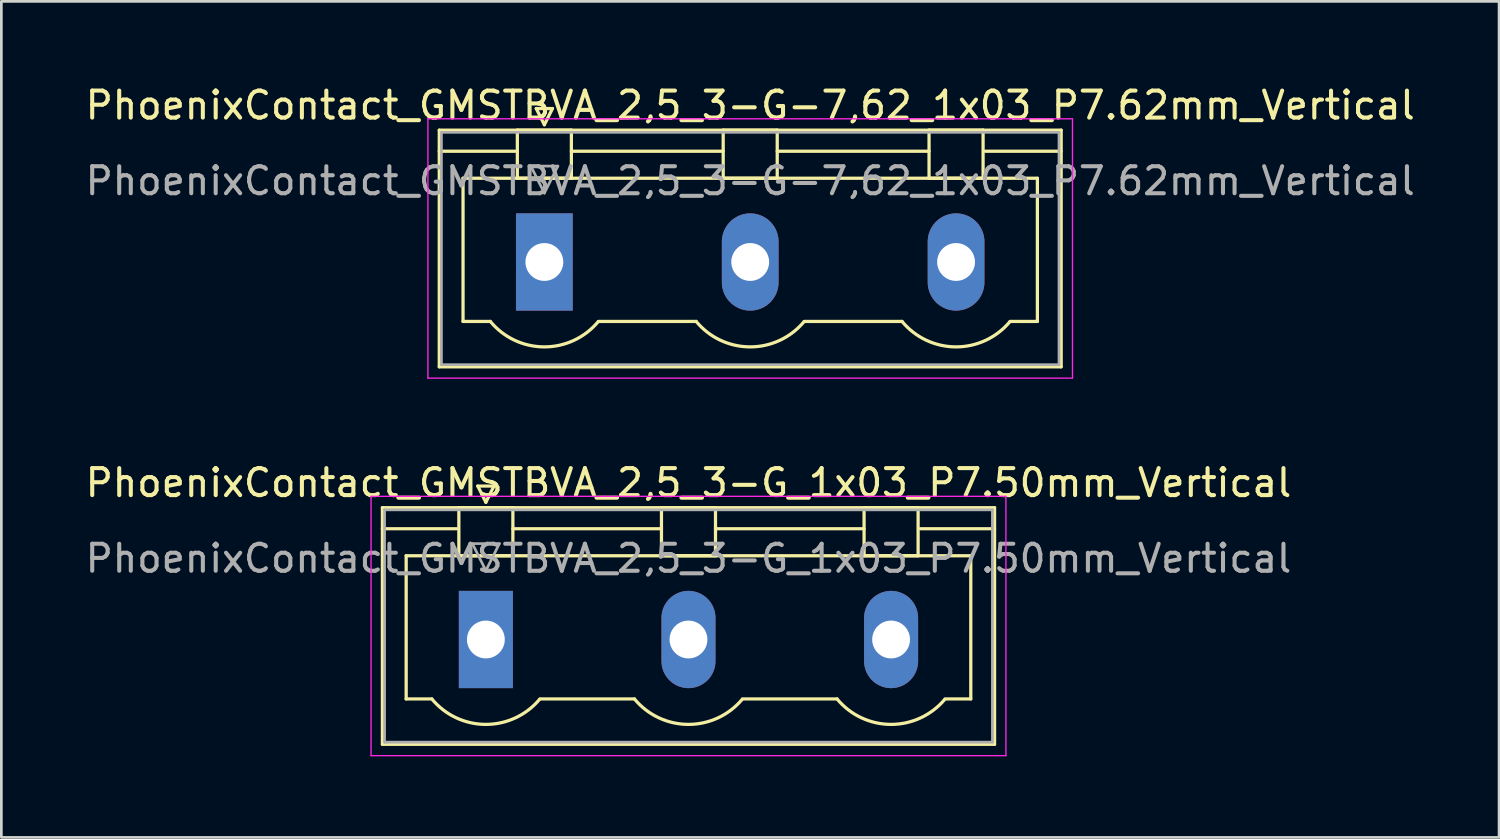
<source format=kicad_pcb>
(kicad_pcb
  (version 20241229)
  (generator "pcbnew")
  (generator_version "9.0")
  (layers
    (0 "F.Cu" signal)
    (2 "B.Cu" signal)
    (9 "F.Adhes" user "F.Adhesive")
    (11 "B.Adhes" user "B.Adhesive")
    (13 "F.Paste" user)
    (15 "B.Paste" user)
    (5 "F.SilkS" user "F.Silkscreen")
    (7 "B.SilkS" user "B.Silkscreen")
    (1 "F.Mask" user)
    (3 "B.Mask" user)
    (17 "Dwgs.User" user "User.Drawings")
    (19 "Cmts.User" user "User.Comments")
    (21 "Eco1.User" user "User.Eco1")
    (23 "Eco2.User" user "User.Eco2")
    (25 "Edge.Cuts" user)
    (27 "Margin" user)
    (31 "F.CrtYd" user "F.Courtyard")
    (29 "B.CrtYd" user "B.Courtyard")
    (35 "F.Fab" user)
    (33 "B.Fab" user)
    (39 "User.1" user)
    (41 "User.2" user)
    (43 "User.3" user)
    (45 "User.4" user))
  (footprint "PhoenixContact_GMSTBVA_2,5_3-G_1x03_P7.50mm_Vertical"
    (layer "F.Cu")
    (at 14.935 20.622)
    (property "Reference" "PhoenixContact_GMSTBVA_2,5_3-G_1x03_P7.50mm_Vertical" (at 7.5 -5.8 0) (layer "F.SilkS") (effects (font (size 1 1) (thickness 0.15))))
    (attr through_hole)
    (fp_line (start -3.83 -4.88) (end -3.83 3.88) (stroke (width 0.12) (type solid)) (layer "F.SilkS"))
    (fp_line (start -3.83 -4.1) (end -1.08 -4.1) (stroke (width 0.12) (type solid)) (layer "F.SilkS"))
    (fp_line (start -3.83 3.88) (end 18.83 3.88) (stroke (width 0.12) (type solid)) (layer "F.SilkS"))
    (fp_line (start -2.95 -3.1) (end 17.95 -3.1) (stroke (width 0.12) (type solid)) (layer "F.SilkS"))
    (fp_line (start -2.95 2.2) (end -2.95 -3.1) (stroke (width 0.12) (type solid)) (layer "F.SilkS"))
    (fp_line (start -2 2.2) (end -2.95 2.2) (stroke (width 0.12) (type solid)) (layer "F.SilkS"))
    (fp_line (start -1 -4.88) (end 1 -4.88) (stroke (width 0.12) (type solid)) (layer "F.SilkS"))
    (fp_line (start -1 -3.1) (end -1 -4.88) (stroke (width 0.12) (type solid)) (layer "F.SilkS"))
    (fp_line (start -0.3 -5.68) (end 0.3 -5.68) (stroke (width 0.12) (type solid)) (layer "F.SilkS"))
    (fp_line (start 0 -5.08) (end -0.3 -5.68) (stroke (width 0.12) (type solid)) (layer "F.SilkS"))
    (fp_line (start 0.3 -5.68) (end 0 -5.08) (stroke (width 0.12) (type solid)) (layer "F.SilkS"))
    (fp_line (start 1 -4.88) (end 1 -3.1) (stroke (width 0.12) (type solid)) (layer "F.SilkS"))
    (fp_line (start 1 -4.1) (end 6.5 -4.1) (stroke (width 0.12) (type solid)) (layer "F.SilkS"))
    (fp_line (start 1 -3.1) (end -1 -3.1) (stroke (width 0.12) (type solid)) (layer "F.SilkS"))
    (fp_line (start 2 2.2) (end 5.5 2.2) (stroke (width 0.12) (type solid)) (layer "F.SilkS"))
    (fp_line (start 6.5 -4.88) (end 8.5 -4.88) (stroke (width 0.12) (type solid)) (layer "F.SilkS"))
    (fp_line (start 6.5 -3.1) (end 6.5 -4.88) (stroke (width 0.12) (type solid)) (layer "F.SilkS"))
    (fp_line (start 8.5 -4.88) (end 8.5 -3.1) (stroke (width 0.12) (type solid)) (layer "F.SilkS"))
    (fp_line (start 8.5 -4.1) (end 14 -4.1) (stroke (width 0.12) (type solid)) (layer "F.SilkS"))
    (fp_line (start 8.5 -3.1) (end 6.5 -3.1) (stroke (width 0.12) (type solid)) (layer "F.SilkS"))
    (fp_line (start 9.5 2.2) (end 13 2.2) (stroke (width 0.12) (type solid)) (layer "F.SilkS"))
    (fp_line (start 14 -4.88) (end 16 -4.88) (stroke (width 0.12) (type solid)) (layer "F.SilkS"))
    (fp_line (start 14 -3.1) (end 14 -4.88) (stroke (width 0.12) (type solid)) (layer "F.SilkS"))
    (fp_line (start 16 -4.88) (end 16 -3.1) (stroke (width 0.12) (type solid)) (layer "F.SilkS"))
    (fp_line (start 16 -3.1) (end 14 -3.1) (stroke (width 0.12) (type solid)) (layer "F.SilkS"))
    (fp_line (start 17.95 -3.1) (end 17.95 2.2) (stroke (width 0.12) (type solid)) (layer "F.SilkS"))
    (fp_line (start 17.95 2.2) (end 17 2.2) (stroke (width 0.12) (type solid)) (layer "F.SilkS"))
    (fp_line (start 18.83 -4.88) (end -3.83 -4.88) (stroke (width 0.12) (type solid)) (layer "F.SilkS"))
    (fp_line (start 18.83 -4.1) (end 16.08 -4.1) (stroke (width 0.12) (type solid)) (layer "F.SilkS"))
    (fp_line (start 18.83 3.88) (end 18.83 -4.88) (stroke (width 0.12) (type solid)) (layer "F.SilkS"))
    (fp_arc (start 1.986842 2.215821) (mid -0.010289 3.142758) (end -2 2.2) (stroke (width 0.12) (type solid)) (layer "F.SilkS"))
    (fp_arc (start 9.486842 2.215821) (mid 7.489711 3.142758) (end 5.5 2.2) (stroke (width 0.12) (type solid)) (layer "F.SilkS"))
    (fp_arc (start 16.986842 2.215821) (mid 14.989711 3.142758) (end 13 2.2) (stroke (width 0.12) (type solid)) (layer "F.SilkS"))
    (fp_line (start -4.25 -5.3) (end -4.25 4.3) (stroke (width 0.05) (type solid)) (layer "F.CrtYd"))
    (fp_line (start -4.25 4.3) (end 19.25 4.3) (stroke (width 0.05) (type solid)) (layer "F.CrtYd"))
    (fp_line (start 19.25 -5.3) (end -4.25 -5.3) (stroke (width 0.05) (type solid)) (layer "F.CrtYd"))
    (fp_line (start 19.25 4.3) (end 19.25 -5.3) (stroke (width 0.05) (type solid)) (layer "F.CrtYd"))
    (fp_line (start -3.75 -4.8) (end -3.75 3.8) (stroke (width 0.1) (type solid)) (layer "F.Fab"))
    (fp_line (start -3.75 3.8) (end 18.75 3.8) (stroke (width 0.1) (type solid)) (layer "F.Fab"))
    (fp_line (start -0.5 -3.55) (end 0.5 -3.55) (stroke (width 0.1) (type solid)) (layer "F.Fab"))
    (fp_line (start 0 -2.55) (end -0.5 -3.55) (stroke (width 0.1) (type solid)) (layer "F.Fab"))
    (fp_line (start 0.5 -3.55) (end 0 -2.55) (stroke (width 0.1) (type solid)) (layer "F.Fab"))
    (fp_line (start 18.75 -4.8) (end -3.75 -4.8) (stroke (width 0.1) (type solid)) (layer "F.Fab"))
    (fp_line (start 18.75 3.8) (end 18.75 -4.8) (stroke (width 0.1) (type solid)) (layer "F.Fab"))
    (fp_text user "${REFERENCE}" (at 7.5 -3 0) (layer "F.Fab") (effects (font (size 1 1) (thickness 0.15))))
    (pad "1" thru_hole rect (at 0 0) (size 2 3.6) (drill 1.4) (layers "*.Cu" "*.Mask"))
    (pad "2" thru_hole oval (at 7.5 0) (size 2 3.6) (drill 1.4) (layers "*.Cu" "*.Mask"))
    (pad "3" thru_hole oval (at 15 0) (size 2 3.6) (drill 1.4) (layers "*.Cu" "*.Mask")))
  (footprint "PhoenixContact_GMSTBVA_2,5_3-G-7,62_1x03_P7.62mm_Vertical"
    (layer "F.Cu")
    (at 17.1 6.648)
    (property "Reference" "PhoenixContact_GMSTBVA_2,5_3-G-7,62_1x03_P7.62mm_Vertical" (at 7.62 -5.8 0) (layer "F.SilkS") (effects (font (size 1 1) (thickness 0.15))))
    (attr through_hole)
    (fp_line (start -3.89 -4.88) (end -3.89 3.88) (stroke (width 0.12) (type solid)) (layer "F.SilkS"))
    (fp_line (start -3.89 -4.1) (end -1.08 -4.1) (stroke (width 0.12) (type solid)) (layer "F.SilkS"))
    (fp_line (start -3.89 3.88) (end 19.13 3.88) (stroke (width 0.12) (type solid)) (layer "F.SilkS"))
    (fp_line (start -3.01 -3.1) (end 18.25 -3.1) (stroke (width 0.12) (type solid)) (layer "F.SilkS"))
    (fp_line (start -3.01 2.2) (end -3.01 -3.1) (stroke (width 0.12) (type solid)) (layer "F.SilkS"))
    (fp_line (start -2 2.2) (end -3.01 2.2) (stroke (width 0.12) (type solid)) (layer "F.SilkS"))
    (fp_line (start -1 -4.88) (end 1 -4.88) (stroke (width 0.12) (type solid)) (layer "F.SilkS"))
    (fp_line (start -1 -3.1) (end -1 -4.88) (stroke (width 0.12) (type solid)) (layer "F.SilkS"))
    (fp_line (start -0.3 -5.68) (end 0.3 -5.68) (stroke (width 0.12) (type solid)) (layer "F.SilkS"))
    (fp_line (start 0 -5.08) (end -0.3 -5.68) (stroke (width 0.12) (type solid)) (layer "F.SilkS"))
    (fp_line (start 0.3 -5.68) (end 0 -5.08) (stroke (width 0.12) (type solid)) (layer "F.SilkS"))
    (fp_line (start 1 -4.88) (end 1 -3.1) (stroke (width 0.12) (type solid)) (layer "F.SilkS"))
    (fp_line (start 1 -4.1) (end 6.62 -4.1) (stroke (width 0.12) (type solid)) (layer "F.SilkS"))
    (fp_line (start 1 -3.1) (end -1 -3.1) (stroke (width 0.12) (type solid)) (layer "F.SilkS"))
    (fp_line (start 2 2.2) (end 5.62 2.2) (stroke (width 0.12) (type solid)) (layer "F.SilkS"))
    (fp_line (start 6.62 -4.88) (end 8.62 -4.88) (stroke (width 0.12) (type solid)) (layer "F.SilkS"))
    (fp_line (start 6.62 -3.1) (end 6.62 -4.88) (stroke (width 0.12) (type solid)) (layer "F.SilkS"))
    (fp_line (start 8.62 -4.88) (end 8.62 -3.1) (stroke (width 0.12) (type solid)) (layer "F.SilkS"))
    (fp_line (start 8.62 -4.1) (end 14.24 -4.1) (stroke (width 0.12) (type solid)) (layer "F.SilkS"))
    (fp_line (start 8.62 -3.1) (end 6.62 -3.1) (stroke (width 0.12) (type solid)) (layer "F.SilkS"))
    (fp_line (start 9.62 2.2) (end 13.24 2.2) (stroke (width 0.12) (type solid)) (layer "F.SilkS"))
    (fp_line (start 14.24 -4.88) (end 16.24 -4.88) (stroke (width 0.12) (type solid)) (layer "F.SilkS"))
    (fp_line (start 14.24 -3.1) (end 14.24 -4.88) (stroke (width 0.12) (type solid)) (layer "F.SilkS"))
    (fp_line (start 16.24 -4.88) (end 16.24 -3.1) (stroke (width 0.12) (type solid)) (layer "F.SilkS"))
    (fp_line (start 16.24 -3.1) (end 14.24 -3.1) (stroke (width 0.12) (type solid)) (layer "F.SilkS"))
    (fp_line (start 18.25 -3.1) (end 18.25 2.2) (stroke (width 0.12) (type solid)) (layer "F.SilkS"))
    (fp_line (start 18.25 2.2) (end 17.24 2.2) (stroke (width 0.12) (type solid)) (layer "F.SilkS"))
    (fp_line (start 19.13 -4.88) (end -3.89 -4.88) (stroke (width 0.12) (type solid)) (layer "F.SilkS"))
    (fp_line (start 19.13 -4.1) (end 16.32 -4.1) (stroke (width 0.12) (type solid)) (layer "F.SilkS"))
    (fp_line (start 19.13 3.88) (end 19.13 -4.88) (stroke (width 0.12) (type solid)) (layer "F.SilkS"))
    (fp_arc (start 1.986842 2.215821) (mid -0.010289 3.142758) (end -2 2.2) (stroke (width 0.12) (type solid)) (layer "F.SilkS"))
    (fp_arc (start 9.606842 2.215821) (mid 7.609711 3.142758) (end 5.62 2.2) (stroke (width 0.12) (type solid)) (layer "F.SilkS"))
    (fp_arc (start 17.226842 2.215821) (mid 15.229711 3.142758) (end 13.24 2.2) (stroke (width 0.12) (type solid)) (layer "F.SilkS"))
    (fp_line (start -4.31 -5.3) (end -4.31 4.3) (stroke (width 0.05) (type solid)) (layer "F.CrtYd"))
    (fp_line (start -4.31 4.3) (end 19.55 4.3) (stroke (width 0.05) (type solid)) (layer "F.CrtYd"))
    (fp_line (start 19.55 -5.3) (end -4.31 -5.3) (stroke (width 0.05) (type solid)) (layer "F.CrtYd"))
    (fp_line (start 19.55 4.3) (end 19.55 -5.3) (stroke (width 0.05) (type solid)) (layer "F.CrtYd"))
    (fp_line (start -3.81 -4.8) (end -3.81 3.8) (stroke (width 0.1) (type solid)) (layer "F.Fab"))
    (fp_line (start -3.81 3.8) (end 19.05 3.8) (stroke (width 0.1) (type solid)) (layer "F.Fab"))
    (fp_line (start -0.5 -3.55) (end 0.5 -3.55) (stroke (width 0.1) (type solid)) (layer "F.Fab"))
    (fp_line (start 0 -2.55) (end -0.5 -3.55) (stroke (width 0.1) (type solid)) (layer "F.Fab"))
    (fp_line (start 0.5 -3.55) (end 0 -2.55) (stroke (width 0.1) (type solid)) (layer "F.Fab"))
    (fp_line (start 19.05 -4.8) (end -3.81 -4.8) (stroke (width 0.1) (type solid)) (layer "F.Fab"))
    (fp_line (start 19.05 3.8) (end 19.05 -4.8) (stroke (width 0.1) (type solid)) (layer "F.Fab"))
    (fp_text user "${REFERENCE}" (at 7.62 -3 0) (layer "F.Fab") (effects (font (size 1 1) (thickness 0.15))))
    (pad "1" thru_hole rect (at 0 0) (size 2.1 3.6) (drill 1.4) (layers "*.Cu" "*.Mask"))
    (pad "2" thru_hole oval (at 7.62 0) (size 2.1 3.6) (drill 1.4) (layers "*.Cu" "*.Mask"))
    (pad "3" thru_hole oval (at 15.24 0) (size 2.1 3.6) (drill 1.4) (layers "*.Cu" "*.Mask")))
  (gr_rect
    (start -3 -3)
    (end 52.44 27.947)
    (stroke (width 0.1) (type default))
    (fill no)
    (layer "Edge.Cuts")))
</source>
